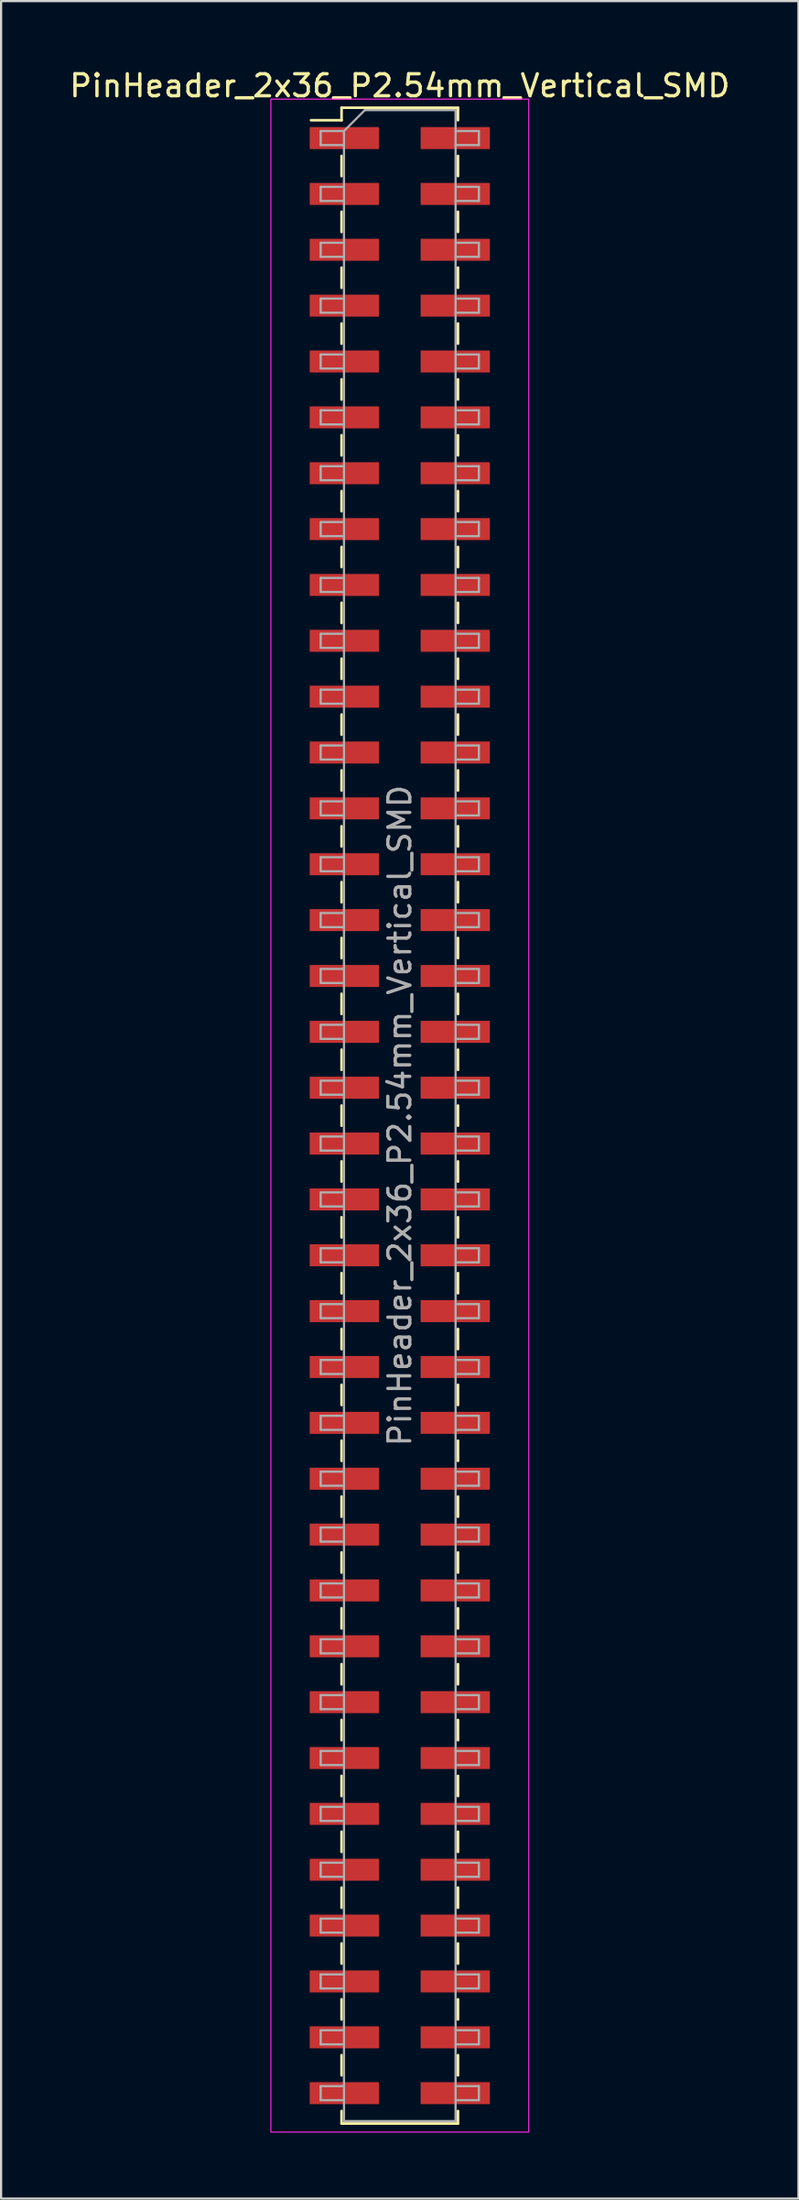
<source format=kicad_pcb>
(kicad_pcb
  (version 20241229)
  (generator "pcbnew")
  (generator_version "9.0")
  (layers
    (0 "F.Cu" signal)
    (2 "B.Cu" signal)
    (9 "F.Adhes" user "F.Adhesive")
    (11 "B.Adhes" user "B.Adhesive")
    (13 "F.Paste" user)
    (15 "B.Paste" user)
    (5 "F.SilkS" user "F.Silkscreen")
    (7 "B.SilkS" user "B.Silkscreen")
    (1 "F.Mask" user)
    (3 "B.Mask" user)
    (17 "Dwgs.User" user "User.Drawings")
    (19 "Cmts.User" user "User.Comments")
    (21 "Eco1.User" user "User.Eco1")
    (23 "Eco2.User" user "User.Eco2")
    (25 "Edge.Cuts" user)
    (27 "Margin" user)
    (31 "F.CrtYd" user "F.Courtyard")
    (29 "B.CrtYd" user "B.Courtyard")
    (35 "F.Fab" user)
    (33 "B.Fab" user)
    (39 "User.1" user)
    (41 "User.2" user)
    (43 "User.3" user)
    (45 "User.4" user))
  (footprint "PinHeader_2x36_P2.54mm_Vertical_SMD"
    (layer "F.Cu")
    (at 15.149 47.678)
    (property "Reference" "PinHeader_2x36_P2.54mm_Vertical_SMD" (at 0 -46.83 0) (layer "F.SilkS") (effects (font (size 1 1) (thickness 0.15))))
    (attr smd)
    (fp_line (start -4.04 -45.26) (end -2.65 -45.26) (stroke (width 0.12) (type solid)) (layer "F.SilkS"))
    (fp_line (start -2.65 -45.83) (end -2.65 -45.26) (stroke (width 0.12) (type solid)) (layer "F.SilkS"))
    (fp_line (start -2.65 -45.83) (end 2.65 -45.83) (stroke (width 0.12) (type solid)) (layer "F.SilkS"))
    (fp_line (start -2.65 -43.64) (end -2.65 -42.72) (stroke (width 0.12) (type solid)) (layer "F.SilkS"))
    (fp_line (start -2.65 -41.1) (end -2.65 -40.18) (stroke (width 0.12) (type solid)) (layer "F.SilkS"))
    (fp_line (start -2.65 -38.56) (end -2.65 -37.64) (stroke (width 0.12) (type solid)) (layer "F.SilkS"))
    (fp_line (start -2.65 -36.02) (end -2.65 -35.1) (stroke (width 0.12) (type solid)) (layer "F.SilkS"))
    (fp_line (start -2.65 -33.48) (end -2.65 -32.56) (stroke (width 0.12) (type solid)) (layer "F.SilkS"))
    (fp_line (start -2.65 -30.94) (end -2.65 -30.02) (stroke (width 0.12) (type solid)) (layer "F.SilkS"))
    (fp_line (start -2.65 -28.4) (end -2.65 -27.48) (stroke (width 0.12) (type solid)) (layer "F.SilkS"))
    (fp_line (start -2.65 -25.86) (end -2.65 -24.94) (stroke (width 0.12) (type solid)) (layer "F.SilkS"))
    (fp_line (start -2.65 -23.32) (end -2.65 -22.4) (stroke (width 0.12) (type solid)) (layer "F.SilkS"))
    (fp_line (start -2.65 -20.78) (end -2.65 -19.86) (stroke (width 0.12) (type solid)) (layer "F.SilkS"))
    (fp_line (start -2.65 -18.24) (end -2.65 -17.32) (stroke (width 0.12) (type solid)) (layer "F.SilkS"))
    (fp_line (start -2.65 -15.7) (end -2.65 -14.78) (stroke (width 0.12) (type solid)) (layer "F.SilkS"))
    (fp_line (start -2.65 -13.16) (end -2.65 -12.24) (stroke (width 0.12) (type solid)) (layer "F.SilkS"))
    (fp_line (start -2.65 -10.62) (end -2.65 -9.7) (stroke (width 0.12) (type solid)) (layer "F.SilkS"))
    (fp_line (start -2.65 -8.08) (end -2.65 -7.16) (stroke (width 0.12) (type solid)) (layer "F.SilkS"))
    (fp_line (start -2.65 -5.54) (end -2.65 -4.62) (stroke (width 0.12) (type solid)) (layer "F.SilkS"))
    (fp_line (start -2.65 -3) (end -2.65 -2.08) (stroke (width 0.12) (type solid)) (layer "F.SilkS"))
    (fp_line (start -2.65 -0.46) (end -2.65 0.46) (stroke (width 0.12) (type solid)) (layer "F.SilkS"))
    (fp_line (start -2.65 2.08) (end -2.65 3) (stroke (width 0.12) (type solid)) (layer "F.SilkS"))
    (fp_line (start -2.65 4.62) (end -2.65 5.54) (stroke (width 0.12) (type solid)) (layer "F.SilkS"))
    (fp_line (start -2.65 7.16) (end -2.65 8.08) (stroke (width 0.12) (type solid)) (layer "F.SilkS"))
    (fp_line (start -2.65 9.7) (end -2.65 10.62) (stroke (width 0.12) (type solid)) (layer "F.SilkS"))
    (fp_line (start -2.65 12.24) (end -2.65 13.16) (stroke (width 0.12) (type solid)) (layer "F.SilkS"))
    (fp_line (start -2.65 14.78) (end -2.65 15.7) (stroke (width 0.12) (type solid)) (layer "F.SilkS"))
    (fp_line (start -2.65 17.32) (end -2.65 18.24) (stroke (width 0.12) (type solid)) (layer "F.SilkS"))
    (fp_line (start -2.65 19.86) (end -2.65 20.78) (stroke (width 0.12) (type solid)) (layer "F.SilkS"))
    (fp_line (start -2.65 22.4) (end -2.65 23.32) (stroke (width 0.12) (type solid)) (layer "F.SilkS"))
    (fp_line (start -2.65 24.94) (end -2.65 25.86) (stroke (width 0.12) (type solid)) (layer "F.SilkS"))
    (fp_line (start -2.65 27.48) (end -2.65 28.4) (stroke (width 0.12) (type solid)) (layer "F.SilkS"))
    (fp_line (start -2.65 30.02) (end -2.65 30.94) (stroke (width 0.12) (type solid)) (layer "F.SilkS"))
    (fp_line (start -2.65 32.56) (end -2.65 33.48) (stroke (width 0.12) (type solid)) (layer "F.SilkS"))
    (fp_line (start -2.65 35.1) (end -2.65 36.02) (stroke (width 0.12) (type solid)) (layer "F.SilkS"))
    (fp_line (start -2.65 37.64) (end -2.65 38.56) (stroke (width 0.12) (type solid)) (layer "F.SilkS"))
    (fp_line (start -2.65 40.18) (end -2.65 41.1) (stroke (width 0.12) (type solid)) (layer "F.SilkS"))
    (fp_line (start -2.65 42.72) (end -2.65 43.64) (stroke (width 0.12) (type solid)) (layer "F.SilkS"))
    (fp_line (start -2.65 45.26) (end -2.65 45.83) (stroke (width 0.12) (type solid)) (layer "F.SilkS"))
    (fp_line (start -2.65 45.83) (end 2.65 45.83) (stroke (width 0.12) (type solid)) (layer "F.SilkS"))
    (fp_line (start 2.65 -45.83) (end 2.65 -45.26) (stroke (width 0.12) (type solid)) (layer "F.SilkS"))
    (fp_line (start 2.65 -43.64) (end 2.65 -42.72) (stroke (width 0.12) (type solid)) (layer "F.SilkS"))
    (fp_line (start 2.65 -41.1) (end 2.65 -40.18) (stroke (width 0.12) (type solid)) (layer "F.SilkS"))
    (fp_line (start 2.65 -38.56) (end 2.65 -37.64) (stroke (width 0.12) (type solid)) (layer "F.SilkS"))
    (fp_line (start 2.65 -36.02) (end 2.65 -35.1) (stroke (width 0.12) (type solid)) (layer "F.SilkS"))
    (fp_line (start 2.65 -33.48) (end 2.65 -32.56) (stroke (width 0.12) (type solid)) (layer "F.SilkS"))
    (fp_line (start 2.65 -30.94) (end 2.65 -30.02) (stroke (width 0.12) (type solid)) (layer "F.SilkS"))
    (fp_line (start 2.65 -28.4) (end 2.65 -27.48) (stroke (width 0.12) (type solid)) (layer "F.SilkS"))
    (fp_line (start 2.65 -25.86) (end 2.65 -24.94) (stroke (width 0.12) (type solid)) (layer "F.SilkS"))
    (fp_line (start 2.65 -23.32) (end 2.65 -22.4) (stroke (width 0.12) (type solid)) (layer "F.SilkS"))
    (fp_line (start 2.65 -20.78) (end 2.65 -19.86) (stroke (width 0.12) (type solid)) (layer "F.SilkS"))
    (fp_line (start 2.65 -18.24) (end 2.65 -17.32) (stroke (width 0.12) (type solid)) (layer "F.SilkS"))
    (fp_line (start 2.65 -15.7) (end 2.65 -14.78) (stroke (width 0.12) (type solid)) (layer "F.SilkS"))
    (fp_line (start 2.65 -13.16) (end 2.65 -12.24) (stroke (width 0.12) (type solid)) (layer "F.SilkS"))
    (fp_line (start 2.65 -10.62) (end 2.65 -9.7) (stroke (width 0.12) (type solid)) (layer "F.SilkS"))
    (fp_line (start 2.65 -8.08) (end 2.65 -7.16) (stroke (width 0.12) (type solid)) (layer "F.SilkS"))
    (fp_line (start 2.65 -5.54) (end 2.65 -4.62) (stroke (width 0.12) (type solid)) (layer "F.SilkS"))
    (fp_line (start 2.65 -3) (end 2.65 -2.08) (stroke (width 0.12) (type solid)) (layer "F.SilkS"))
    (fp_line (start 2.65 -0.46) (end 2.65 0.46) (stroke (width 0.12) (type solid)) (layer "F.SilkS"))
    (fp_line (start 2.65 2.08) (end 2.65 3) (stroke (width 0.12) (type solid)) (layer "F.SilkS"))
    (fp_line (start 2.65 4.62) (end 2.65 5.54) (stroke (width 0.12) (type solid)) (layer "F.SilkS"))
    (fp_line (start 2.65 7.16) (end 2.65 8.08) (stroke (width 0.12) (type solid)) (layer "F.SilkS"))
    (fp_line (start 2.65 9.7) (end 2.65 10.62) (stroke (width 0.12) (type solid)) (layer "F.SilkS"))
    (fp_line (start 2.65 12.24) (end 2.65 13.16) (stroke (width 0.12) (type solid)) (layer "F.SilkS"))
    (fp_line (start 2.65 14.78) (end 2.65 15.7) (stroke (width 0.12) (type solid)) (layer "F.SilkS"))
    (fp_line (start 2.65 17.32) (end 2.65 18.24) (stroke (width 0.12) (type solid)) (layer "F.SilkS"))
    (fp_line (start 2.65 19.86) (end 2.65 20.78) (stroke (width 0.12) (type solid)) (layer "F.SilkS"))
    (fp_line (start 2.65 22.4) (end 2.65 23.32) (stroke (width 0.12) (type solid)) (layer "F.SilkS"))
    (fp_line (start 2.65 24.94) (end 2.65 25.86) (stroke (width 0.12) (type solid)) (layer "F.SilkS"))
    (fp_line (start 2.65 27.48) (end 2.65 28.4) (stroke (width 0.12) (type solid)) (layer "F.SilkS"))
    (fp_line (start 2.65 30.02) (end 2.65 30.94) (stroke (width 0.12) (type solid)) (layer "F.SilkS"))
    (fp_line (start 2.65 32.56) (end 2.65 33.48) (stroke (width 0.12) (type solid)) (layer "F.SilkS"))
    (fp_line (start 2.65 35.1) (end 2.65 36.02) (stroke (width 0.12) (type solid)) (layer "F.SilkS"))
    (fp_line (start 2.65 37.64) (end 2.65 38.56) (stroke (width 0.12) (type solid)) (layer "F.SilkS"))
    (fp_line (start 2.65 40.18) (end 2.65 41.1) (stroke (width 0.12) (type solid)) (layer "F.SilkS"))
    (fp_line (start 2.65 42.72) (end 2.65 43.64) (stroke (width 0.12) (type solid)) (layer "F.SilkS"))
    (fp_line (start 2.65 45.26) (end 2.65 45.83) (stroke (width 0.12) (type solid)) (layer "F.SilkS"))
    (fp_rect (start -5.87 -46.22) (end 5.87 46.22) (stroke (width 0.05) (type solid)) (fill no) (layer "F.CrtYd"))
    (fp_line (start -3.6 -44.77) (end -3.6 -44.13) (stroke (width 0.1) (type solid)) (layer "F.Fab"))
    (fp_line (start -3.6 -44.13) (end -2.54 -44.13) (stroke (width 0.1) (type solid)) (layer "F.Fab"))
    (fp_line (start -3.6 -42.23) (end -3.6 -41.59) (stroke (width 0.1) (type solid)) (layer "F.Fab"))
    (fp_line (start -3.6 -41.59) (end -2.54 -41.59) (stroke (width 0.1) (type solid)) (layer "F.Fab"))
    (fp_line (start -3.6 -39.69) (end -3.6 -39.05) (stroke (width 0.1) (type solid)) (layer "F.Fab"))
    (fp_line (start -3.6 -39.05) (end -2.54 -39.05) (stroke (width 0.1) (type solid)) (layer "F.Fab"))
    (fp_line (start -3.6 -37.15) (end -3.6 -36.51) (stroke (width 0.1) (type solid)) (layer "F.Fab"))
    (fp_line (start -3.6 -36.51) (end -2.54 -36.51) (stroke (width 0.1) (type solid)) (layer "F.Fab"))
    (fp_line (start -3.6 -34.61) (end -3.6 -33.97) (stroke (width 0.1) (type solid)) (layer "F.Fab"))
    (fp_line (start -3.6 -33.97) (end -2.54 -33.97) (stroke (width 0.1) (type solid)) (layer "F.Fab"))
    (fp_line (start -3.6 -32.07) (end -3.6 -31.43) (stroke (width 0.1) (type solid)) (layer "F.Fab"))
    (fp_line (start -3.6 -31.43) (end -2.54 -31.43) (stroke (width 0.1) (type solid)) (layer "F.Fab"))
    (fp_line (start -3.6 -29.53) (end -3.6 -28.89) (stroke (width 0.1) (type solid)) (layer "F.Fab"))
    (fp_line (start -3.6 -28.89) (end -2.54 -28.89) (stroke (width 0.1) (type solid)) (layer "F.Fab"))
    (fp_line (start -3.6 -26.99) (end -3.6 -26.35) (stroke (width 0.1) (type solid)) (layer "F.Fab"))
    (fp_line (start -3.6 -26.35) (end -2.54 -26.35) (stroke (width 0.1) (type solid)) (layer "F.Fab"))
    (fp_line (start -3.6 -24.45) (end -3.6 -23.81) (stroke (width 0.1) (type solid)) (layer "F.Fab"))
    (fp_line (start -3.6 -23.81) (end -2.54 -23.81) (stroke (width 0.1) (type solid)) (layer "F.Fab"))
    (fp_line (start -3.6 -21.91) (end -3.6 -21.27) (stroke (width 0.1) (type solid)) (layer "F.Fab"))
    (fp_line (start -3.6 -21.27) (end -2.54 -21.27) (stroke (width 0.1) (type solid)) (layer "F.Fab"))
    (fp_line (start -3.6 -19.37) (end -3.6 -18.73) (stroke (width 0.1) (type solid)) (layer "F.Fab"))
    (fp_line (start -3.6 -18.73) (end -2.54 -18.73) (stroke (width 0.1) (type solid)) (layer "F.Fab"))
    (fp_line (start -3.6 -16.83) (end -3.6 -16.19) (stroke (width 0.1) (type solid)) (layer "F.Fab"))
    (fp_line (start -3.6 -16.19) (end -2.54 -16.19) (stroke (width 0.1) (type solid)) (layer "F.Fab"))
    (fp_line (start -3.6 -14.29) (end -3.6 -13.65) (stroke (width 0.1) (type solid)) (layer "F.Fab"))
    (fp_line (start -3.6 -13.65) (end -2.54 -13.65) (stroke (width 0.1) (type solid)) (layer "F.Fab"))
    (fp_line (start -3.6 -11.75) (end -3.6 -11.11) (stroke (width 0.1) (type solid)) (layer "F.Fab"))
    (fp_line (start -3.6 -11.11) (end -2.54 -11.11) (stroke (width 0.1) (type solid)) (layer "F.Fab"))
    (fp_line (start -3.6 -9.21) (end -3.6 -8.57) (stroke (width 0.1) (type solid)) (layer "F.Fab"))
    (fp_line (start -3.6 -8.57) (end -2.54 -8.57) (stroke (width 0.1) (type solid)) (layer "F.Fab"))
    (fp_line (start -3.6 -6.67) (end -3.6 -6.03) (stroke (width 0.1) (type solid)) (layer "F.Fab"))
    (fp_line (start -3.6 -6.03) (end -2.54 -6.03) (stroke (width 0.1) (type solid)) (layer "F.Fab"))
    (fp_line (start -3.6 -4.13) (end -3.6 -3.49) (stroke (width 0.1) (type solid)) (layer "F.Fab"))
    (fp_line (start -3.6 -3.49) (end -2.54 -3.49) (stroke (width 0.1) (type solid)) (layer "F.Fab"))
    (fp_line (start -3.6 -1.59) (end -3.6 -0.95) (stroke (width 0.1) (type solid)) (layer "F.Fab"))
    (fp_line (start -3.6 -0.95) (end -2.54 -0.95) (stroke (width 0.1) (type solid)) (layer "F.Fab"))
    (fp_line (start -3.6 0.95) (end -3.6 1.59) (stroke (width 0.1) (type solid)) (layer "F.Fab"))
    (fp_line (start -3.6 1.59) (end -2.54 1.59) (stroke (width 0.1) (type solid)) (layer "F.Fab"))
    (fp_line (start -3.6 3.49) (end -3.6 4.13) (stroke (width 0.1) (type solid)) (layer "F.Fab"))
    (fp_line (start -3.6 4.13) (end -2.54 4.13) (stroke (width 0.1) (type solid)) (layer "F.Fab"))
    (fp_line (start -3.6 6.03) (end -3.6 6.67) (stroke (width 0.1) (type solid)) (layer "F.Fab"))
    (fp_line (start -3.6 6.67) (end -2.54 6.67) (stroke (width 0.1) (type solid)) (layer "F.Fab"))
    (fp_line (start -3.6 8.57) (end -3.6 9.21) (stroke (width 0.1) (type solid)) (layer "F.Fab"))
    (fp_line (start -3.6 9.21) (end -2.54 9.21) (stroke (width 0.1) (type solid)) (layer "F.Fab"))
    (fp_line (start -3.6 11.11) (end -3.6 11.75) (stroke (width 0.1) (type solid)) (layer "F.Fab"))
    (fp_line (start -3.6 11.75) (end -2.54 11.75) (stroke (width 0.1) (type solid)) (layer "F.Fab"))
    (fp_line (start -3.6 13.65) (end -3.6 14.29) (stroke (width 0.1) (type solid)) (layer "F.Fab"))
    (fp_line (start -3.6 14.29) (end -2.54 14.29) (stroke (width 0.1) (type solid)) (layer "F.Fab"))
    (fp_line (start -3.6 16.19) (end -3.6 16.83) (stroke (width 0.1) (type solid)) (layer "F.Fab"))
    (fp_line (start -3.6 16.83) (end -2.54 16.83) (stroke (width 0.1) (type solid)) (layer "F.Fab"))
    (fp_line (start -3.6 18.73) (end -3.6 19.37) (stroke (width 0.1) (type solid)) (layer "F.Fab"))
    (fp_line (start -3.6 19.37) (end -2.54 19.37) (stroke (width 0.1) (type solid)) (layer "F.Fab"))
    (fp_line (start -3.6 21.27) (end -3.6 21.91) (stroke (width 0.1) (type solid)) (layer "F.Fab"))
    (fp_line (start -3.6 21.91) (end -2.54 21.91) (stroke (width 0.1) (type solid)) (layer "F.Fab"))
    (fp_line (start -3.6 23.81) (end -3.6 24.45) (stroke (width 0.1) (type solid)) (layer "F.Fab"))
    (fp_line (start -3.6 24.45) (end -2.54 24.45) (stroke (width 0.1) (type solid)) (layer "F.Fab"))
    (fp_line (start -3.6 26.35) (end -3.6 26.99) (stroke (width 0.1) (type solid)) (layer "F.Fab"))
    (fp_line (start -3.6 26.99) (end -2.54 26.99) (stroke (width 0.1) (type solid)) (layer "F.Fab"))
    (fp_line (start -3.6 28.89) (end -3.6 29.53) (stroke (width 0.1) (type solid)) (layer "F.Fab"))
    (fp_line (start -3.6 29.53) (end -2.54 29.53) (stroke (width 0.1) (type solid)) (layer "F.Fab"))
    (fp_line (start -3.6 31.43) (end -3.6 32.07) (stroke (width 0.1) (type solid)) (layer "F.Fab"))
    (fp_line (start -3.6 32.07) (end -2.54 32.07) (stroke (width 0.1) (type solid)) (layer "F.Fab"))
    (fp_line (start -3.6 33.97) (end -3.6 34.61) (stroke (width 0.1) (type solid)) (layer "F.Fab"))
    (fp_line (start -3.6 34.61) (end -2.54 34.61) (stroke (width 0.1) (type solid)) (layer "F.Fab"))
    (fp_line (start -3.6 36.51) (end -3.6 37.15) (stroke (width 0.1) (type solid)) (layer "F.Fab"))
    (fp_line (start -3.6 37.15) (end -2.54 37.15) (stroke (width 0.1) (type solid)) (layer "F.Fab"))
    (fp_line (start -3.6 39.05) (end -3.6 39.69) (stroke (width 0.1) (type solid)) (layer "F.Fab"))
    (fp_line (start -3.6 39.69) (end -2.54 39.69) (stroke (width 0.1) (type solid)) (layer "F.Fab"))
    (fp_line (start -3.6 41.59) (end -3.6 42.23) (stroke (width 0.1) (type solid)) (layer "F.Fab"))
    (fp_line (start -3.6 42.23) (end -2.54 42.23) (stroke (width 0.1) (type solid)) (layer "F.Fab"))
    (fp_line (start -3.6 44.13) (end -3.6 44.77) (stroke (width 0.1) (type solid)) (layer "F.Fab"))
    (fp_line (start -3.6 44.77) (end -2.54 44.77) (stroke (width 0.1) (type solid)) (layer "F.Fab"))
    (fp_line (start -2.54 -44.77) (end -3.6 -44.77) (stroke (width 0.1) (type solid)) (layer "F.Fab"))
    (fp_line (start -2.54 -44.77) (end -1.59 -45.72) (stroke (width 0.1) (type solid)) (layer "F.Fab"))
    (fp_line (start -2.54 -42.23) (end -3.6 -42.23) (stroke (width 0.1) (type solid)) (layer "F.Fab"))
    (fp_line (start -2.54 -39.69) (end -3.6 -39.69) (stroke (width 0.1) (type solid)) (layer "F.Fab"))
    (fp_line (start -2.54 -37.15) (end -3.6 -37.15) (stroke (width 0.1) (type solid)) (layer "F.Fab"))
    (fp_line (start -2.54 -34.61) (end -3.6 -34.61) (stroke (width 0.1) (type solid)) (layer "F.Fab"))
    (fp_line (start -2.54 -32.07) (end -3.6 -32.07) (stroke (width 0.1) (type solid)) (layer "F.Fab"))
    (fp_line (start -2.54 -29.53) (end -3.6 -29.53) (stroke (width 0.1) (type solid)) (layer "F.Fab"))
    (fp_line (start -2.54 -26.99) (end -3.6 -26.99) (stroke (width 0.1) (type solid)) (layer "F.Fab"))
    (fp_line (start -2.54 -24.45) (end -3.6 -24.45) (stroke (width 0.1) (type solid)) (layer "F.Fab"))
    (fp_line (start -2.54 -21.91) (end -3.6 -21.91) (stroke (width 0.1) (type solid)) (layer "F.Fab"))
    (fp_line (start -2.54 -19.37) (end -3.6 -19.37) (stroke (width 0.1) (type solid)) (layer "F.Fab"))
    (fp_line (start -2.54 -16.83) (end -3.6 -16.83) (stroke (width 0.1) (type solid)) (layer "F.Fab"))
    (fp_line (start -2.54 -14.29) (end -3.6 -14.29) (stroke (width 0.1) (type solid)) (layer "F.Fab"))
    (fp_line (start -2.54 -11.75) (end -3.6 -11.75) (stroke (width 0.1) (type solid)) (layer "F.Fab"))
    (fp_line (start -2.54 -9.21) (end -3.6 -9.21) (stroke (width 0.1) (type solid)) (layer "F.Fab"))
    (fp_line (start -2.54 -6.67) (end -3.6 -6.67) (stroke (width 0.1) (type solid)) (layer "F.Fab"))
    (fp_line (start -2.54 -4.13) (end -3.6 -4.13) (stroke (width 0.1) (type solid)) (layer "F.Fab"))
    (fp_line (start -2.54 -1.59) (end -3.6 -1.59) (stroke (width 0.1) (type solid)) (layer "F.Fab"))
    (fp_line (start -2.54 0.95) (end -3.6 0.95) (stroke (width 0.1) (type solid)) (layer "F.Fab"))
    (fp_line (start -2.54 3.49) (end -3.6 3.49) (stroke (width 0.1) (type solid)) (layer "F.Fab"))
    (fp_line (start -2.54 6.03) (end -3.6 6.03) (stroke (width 0.1) (type solid)) (layer "F.Fab"))
    (fp_line (start -2.54 8.57) (end -3.6 8.57) (stroke (width 0.1) (type solid)) (layer "F.Fab"))
    (fp_line (start -2.54 11.11) (end -3.6 11.11) (stroke (width 0.1) (type solid)) (layer "F.Fab"))
    (fp_line (start -2.54 13.65) (end -3.6 13.65) (stroke (width 0.1) (type solid)) (layer "F.Fab"))
    (fp_line (start -2.54 16.19) (end -3.6 16.19) (stroke (width 0.1) (type solid)) (layer "F.Fab"))
    (fp_line (start -2.54 18.73) (end -3.6 18.73) (stroke (width 0.1) (type solid)) (layer "F.Fab"))
    (fp_line (start -2.54 21.27) (end -3.6 21.27) (stroke (width 0.1) (type solid)) (layer "F.Fab"))
    (fp_line (start -2.54 23.81) (end -3.6 23.81) (stroke (width 0.1) (type solid)) (layer "F.Fab"))
    (fp_line (start -2.54 26.35) (end -3.6 26.35) (stroke (width 0.1) (type solid)) (layer "F.Fab"))
    (fp_line (start -2.54 28.89) (end -3.6 28.89) (stroke (width 0.1) (type solid)) (layer "F.Fab"))
    (fp_line (start -2.54 31.43) (end -3.6 31.43) (stroke (width 0.1) (type solid)) (layer "F.Fab"))
    (fp_line (start -2.54 33.97) (end -3.6 33.97) (stroke (width 0.1) (type solid)) (layer "F.Fab"))
    (fp_line (start -2.54 36.51) (end -3.6 36.51) (stroke (width 0.1) (type solid)) (layer "F.Fab"))
    (fp_line (start -2.54 39.05) (end -3.6 39.05) (stroke (width 0.1) (type solid)) (layer "F.Fab"))
    (fp_line (start -2.54 41.59) (end -3.6 41.59) (stroke (width 0.1) (type solid)) (layer "F.Fab"))
    (fp_line (start -2.54 44.13) (end -3.6 44.13) (stroke (width 0.1) (type solid)) (layer "F.Fab"))
    (fp_line (start -2.54 45.72) (end -2.54 -44.77) (stroke (width 0.1) (type solid)) (layer "F.Fab"))
    (fp_line (start -1.59 -45.72) (end 2.54 -45.72) (stroke (width 0.1) (type solid)) (layer "F.Fab"))
    (fp_line (start 2.54 -45.72) (end 2.54 45.72) (stroke (width 0.1) (type solid)) (layer "F.Fab"))
    (fp_line (start 2.54 -44.77) (end 3.6 -44.77) (stroke (width 0.1) (type solid)) (layer "F.Fab"))
    (fp_line (start 2.54 -42.23) (end 3.6 -42.23) (stroke (width 0.1) (type solid)) (layer "F.Fab"))
    (fp_line (start 2.54 -39.69) (end 3.6 -39.69) (stroke (width 0.1) (type solid)) (layer "F.Fab"))
    (fp_line (start 2.54 -37.15) (end 3.6 -37.15) (stroke (width 0.1) (type solid)) (layer "F.Fab"))
    (fp_line (start 2.54 -34.61) (end 3.6 -34.61) (stroke (width 0.1) (type solid)) (layer "F.Fab"))
    (fp_line (start 2.54 -32.07) (end 3.6 -32.07) (stroke (width 0.1) (type solid)) (layer "F.Fab"))
    (fp_line (start 2.54 -29.53) (end 3.6 -29.53) (stroke (width 0.1) (type solid)) (layer "F.Fab"))
    (fp_line (start 2.54 -26.99) (end 3.6 -26.99) (stroke (width 0.1) (type solid)) (layer "F.Fab"))
    (fp_line (start 2.54 -24.45) (end 3.6 -24.45) (stroke (width 0.1) (type solid)) (layer "F.Fab"))
    (fp_line (start 2.54 -21.91) (end 3.6 -21.91) (stroke (width 0.1) (type solid)) (layer "F.Fab"))
    (fp_line (start 2.54 -19.37) (end 3.6 -19.37) (stroke (width 0.1) (type solid)) (layer "F.Fab"))
    (fp_line (start 2.54 -16.83) (end 3.6 -16.83) (stroke (width 0.1) (type solid)) (layer "F.Fab"))
    (fp_line (start 2.54 -14.29) (end 3.6 -14.29) (stroke (width 0.1) (type solid)) (layer "F.Fab"))
    (fp_line (start 2.54 -11.75) (end 3.6 -11.75) (stroke (width 0.1) (type solid)) (layer "F.Fab"))
    (fp_line (start 2.54 -9.21) (end 3.6 -9.21) (stroke (width 0.1) (type solid)) (layer "F.Fab"))
    (fp_line (start 2.54 -6.67) (end 3.6 -6.67) (stroke (width 0.1) (type solid)) (layer "F.Fab"))
    (fp_line (start 2.54 -4.13) (end 3.6 -4.13) (stroke (width 0.1) (type solid)) (layer "F.Fab"))
    (fp_line (start 2.54 -1.59) (end 3.6 -1.59) (stroke (width 0.1) (type solid)) (layer "F.Fab"))
    (fp_line (start 2.54 0.95) (end 3.6 0.95) (stroke (width 0.1) (type solid)) (layer "F.Fab"))
    (fp_line (start 2.54 3.49) (end 3.6 3.49) (stroke (width 0.1) (type solid)) (layer "F.Fab"))
    (fp_line (start 2.54 6.03) (end 3.6 6.03) (stroke (width 0.1) (type solid)) (layer "F.Fab"))
    (fp_line (start 2.54 8.57) (end 3.6 8.57) (stroke (width 0.1) (type solid)) (layer "F.Fab"))
    (fp_line (start 2.54 11.11) (end 3.6 11.11) (stroke (width 0.1) (type solid)) (layer "F.Fab"))
    (fp_line (start 2.54 13.65) (end 3.6 13.65) (stroke (width 0.1) (type solid)) (layer "F.Fab"))
    (fp_line (start 2.54 16.19) (end 3.6 16.19) (stroke (width 0.1) (type solid)) (layer "F.Fab"))
    (fp_line (start 2.54 18.73) (end 3.6 18.73) (stroke (width 0.1) (type solid)) (layer "F.Fab"))
    (fp_line (start 2.54 21.27) (end 3.6 21.27) (stroke (width 0.1) (type solid)) (layer "F.Fab"))
    (fp_line (start 2.54 23.81) (end 3.6 23.81) (stroke (width 0.1) (type solid)) (layer "F.Fab"))
    (fp_line (start 2.54 26.35) (end 3.6 26.35) (stroke (width 0.1) (type solid)) (layer "F.Fab"))
    (fp_line (start 2.54 28.89) (end 3.6 28.89) (stroke (width 0.1) (type solid)) (layer "F.Fab"))
    (fp_line (start 2.54 31.43) (end 3.6 31.43) (stroke (width 0.1) (type solid)) (layer "F.Fab"))
    (fp_line (start 2.54 33.97) (end 3.6 33.97) (stroke (width 0.1) (type solid)) (layer "F.Fab"))
    (fp_line (start 2.54 36.51) (end 3.6 36.51) (stroke (width 0.1) (type solid)) (layer "F.Fab"))
    (fp_line (start 2.54 39.05) (end 3.6 39.05) (stroke (width 0.1) (type solid)) (layer "F.Fab"))
    (fp_line (start 2.54 41.59) (end 3.6 41.59) (stroke (width 0.1) (type solid)) (layer "F.Fab"))
    (fp_line (start 2.54 44.13) (end 3.6 44.13) (stroke (width 0.1) (type solid)) (layer "F.Fab"))
    (fp_line (start 2.54 45.72) (end -2.54 45.72) (stroke (width 0.1) (type solid)) (layer "F.Fab"))
    (fp_line (start 3.6 -44.77) (end 3.6 -44.13) (stroke (width 0.1) (type solid)) (layer "F.Fab"))
    (fp_line (start 3.6 -44.13) (end 2.54 -44.13) (stroke (width 0.1) (type solid)) (layer "F.Fab"))
    (fp_line (start 3.6 -42.23) (end 3.6 -41.59) (stroke (width 0.1) (type solid)) (layer "F.Fab"))
    (fp_line (start 3.6 -41.59) (end 2.54 -41.59) (stroke (width 0.1) (type solid)) (layer "F.Fab"))
    (fp_line (start 3.6 -39.69) (end 3.6 -39.05) (stroke (width 0.1) (type solid)) (layer "F.Fab"))
    (fp_line (start 3.6 -39.05) (end 2.54 -39.05) (stroke (width 0.1) (type solid)) (layer "F.Fab"))
    (fp_line (start 3.6 -37.15) (end 3.6 -36.51) (stroke (width 0.1) (type solid)) (layer "F.Fab"))
    (fp_line (start 3.6 -36.51) (end 2.54 -36.51) (stroke (width 0.1) (type solid)) (layer "F.Fab"))
    (fp_line (start 3.6 -34.61) (end 3.6 -33.97) (stroke (width 0.1) (type solid)) (layer "F.Fab"))
    (fp_line (start 3.6 -33.97) (end 2.54 -33.97) (stroke (width 0.1) (type solid)) (layer "F.Fab"))
    (fp_line (start 3.6 -32.07) (end 3.6 -31.43) (stroke (width 0.1) (type solid)) (layer "F.Fab"))
    (fp_line (start 3.6 -31.43) (end 2.54 -31.43) (stroke (width 0.1) (type solid)) (layer "F.Fab"))
    (fp_line (start 3.6 -29.53) (end 3.6 -28.89) (stroke (width 0.1) (type solid)) (layer "F.Fab"))
    (fp_line (start 3.6 -28.89) (end 2.54 -28.89) (stroke (width 0.1) (type solid)) (layer "F.Fab"))
    (fp_line (start 3.6 -26.99) (end 3.6 -26.35) (stroke (width 0.1) (type solid)) (layer "F.Fab"))
    (fp_line (start 3.6 -26.35) (end 2.54 -26.35) (stroke (width 0.1) (type solid)) (layer "F.Fab"))
    (fp_line (start 3.6 -24.45) (end 3.6 -23.81) (stroke (width 0.1) (type solid)) (layer "F.Fab"))
    (fp_line (start 3.6 -23.81) (end 2.54 -23.81) (stroke (width 0.1) (type solid)) (layer "F.Fab"))
    (fp_line (start 3.6 -21.91) (end 3.6 -21.27) (stroke (width 0.1) (type solid)) (layer "F.Fab"))
    (fp_line (start 3.6 -21.27) (end 2.54 -21.27) (stroke (width 0.1) (type solid)) (layer "F.Fab"))
    (fp_line (start 3.6 -19.37) (end 3.6 -18.73) (stroke (width 0.1) (type solid)) (layer "F.Fab"))
    (fp_line (start 3.6 -18.73) (end 2.54 -18.73) (stroke (width 0.1) (type solid)) (layer "F.Fab"))
    (fp_line (start 3.6 -16.83) (end 3.6 -16.19) (stroke (width 0.1) (type solid)) (layer "F.Fab"))
    (fp_line (start 3.6 -16.19) (end 2.54 -16.19) (stroke (width 0.1) (type solid)) (layer "F.Fab"))
    (fp_line (start 3.6 -14.29) (end 3.6 -13.65) (stroke (width 0.1) (type solid)) (layer "F.Fab"))
    (fp_line (start 3.6 -13.65) (end 2.54 -13.65) (stroke (width 0.1) (type solid)) (layer "F.Fab"))
    (fp_line (start 3.6 -11.75) (end 3.6 -11.11) (stroke (width 0.1) (type solid)) (layer "F.Fab"))
    (fp_line (start 3.6 -11.11) (end 2.54 -11.11) (stroke (width 0.1) (type solid)) (layer "F.Fab"))
    (fp_line (start 3.6 -9.21) (end 3.6 -8.57) (stroke (width 0.1) (type solid)) (layer "F.Fab"))
    (fp_line (start 3.6 -8.57) (end 2.54 -8.57) (stroke (width 0.1) (type solid)) (layer "F.Fab"))
    (fp_line (start 3.6 -6.67) (end 3.6 -6.03) (stroke (width 0.1) (type solid)) (layer "F.Fab"))
    (fp_line (start 3.6 -6.03) (end 2.54 -6.03) (stroke (width 0.1) (type solid)) (layer "F.Fab"))
    (fp_line (start 3.6 -4.13) (end 3.6 -3.49) (stroke (width 0.1) (type solid)) (layer "F.Fab"))
    (fp_line (start 3.6 -3.49) (end 2.54 -3.49) (stroke (width 0.1) (type solid)) (layer "F.Fab"))
    (fp_line (start 3.6 -1.59) (end 3.6 -0.95) (stroke (width 0.1) (type solid)) (layer "F.Fab"))
    (fp_line (start 3.6 -0.95) (end 2.54 -0.95) (stroke (width 0.1) (type solid)) (layer "F.Fab"))
    (fp_line (start 3.6 0.95) (end 3.6 1.59) (stroke (width 0.1) (type solid)) (layer "F.Fab"))
    (fp_line (start 3.6 1.59) (end 2.54 1.59) (stroke (width 0.1) (type solid)) (layer "F.Fab"))
    (fp_line (start 3.6 3.49) (end 3.6 4.13) (stroke (width 0.1) (type solid)) (layer "F.Fab"))
    (fp_line (start 3.6 4.13) (end 2.54 4.13) (stroke (width 0.1) (type solid)) (layer "F.Fab"))
    (fp_line (start 3.6 6.03) (end 3.6 6.67) (stroke (width 0.1) (type solid)) (layer "F.Fab"))
    (fp_line (start 3.6 6.67) (end 2.54 6.67) (stroke (width 0.1) (type solid)) (layer "F.Fab"))
    (fp_line (start 3.6 8.57) (end 3.6 9.21) (stroke (width 0.1) (type solid)) (layer "F.Fab"))
    (fp_line (start 3.6 9.21) (end 2.54 9.21) (stroke (width 0.1) (type solid)) (layer "F.Fab"))
    (fp_line (start 3.6 11.11) (end 3.6 11.75) (stroke (width 0.1) (type solid)) (layer "F.Fab"))
    (fp_line (start 3.6 11.75) (end 2.54 11.75) (stroke (width 0.1) (type solid)) (layer "F.Fab"))
    (fp_line (start 3.6 13.65) (end 3.6 14.29) (stroke (width 0.1) (type solid)) (layer "F.Fab"))
    (fp_line (start 3.6 14.29) (end 2.54 14.29) (stroke (width 0.1) (type solid)) (layer "F.Fab"))
    (fp_line (start 3.6 16.19) (end 3.6 16.83) (stroke (width 0.1) (type solid)) (layer "F.Fab"))
    (fp_line (start 3.6 16.83) (end 2.54 16.83) (stroke (width 0.1) (type solid)) (layer "F.Fab"))
    (fp_line (start 3.6 18.73) (end 3.6 19.37) (stroke (width 0.1) (type solid)) (layer "F.Fab"))
    (fp_line (start 3.6 19.37) (end 2.54 19.37) (stroke (width 0.1) (type solid)) (layer "F.Fab"))
    (fp_line (start 3.6 21.27) (end 3.6 21.91) (stroke (width 0.1) (type solid)) (layer "F.Fab"))
    (fp_line (start 3.6 21.91) (end 2.54 21.91) (stroke (width 0.1) (type solid)) (layer "F.Fab"))
    (fp_line (start 3.6 23.81) (end 3.6 24.45) (stroke (width 0.1) (type solid)) (layer "F.Fab"))
    (fp_line (start 3.6 24.45) (end 2.54 24.45) (stroke (width 0.1) (type solid)) (layer "F.Fab"))
    (fp_line (start 3.6 26.35) (end 3.6 26.99) (stroke (width 0.1) (type solid)) (layer "F.Fab"))
    (fp_line (start 3.6 26.99) (end 2.54 26.99) (stroke (width 0.1) (type solid)) (layer "F.Fab"))
    (fp_line (start 3.6 28.89) (end 3.6 29.53) (stroke (width 0.1) (type solid)) (layer "F.Fab"))
    (fp_line (start 3.6 29.53) (end 2.54 29.53) (stroke (width 0.1) (type solid)) (layer "F.Fab"))
    (fp_line (start 3.6 31.43) (end 3.6 32.07) (stroke (width 0.1) (type solid)) (layer "F.Fab"))
    (fp_line (start 3.6 32.07) (end 2.54 32.07) (stroke (width 0.1) (type solid)) (layer "F.Fab"))
    (fp_line (start 3.6 33.97) (end 3.6 34.61) (stroke (width 0.1) (type solid)) (layer "F.Fab"))
    (fp_line (start 3.6 34.61) (end 2.54 34.61) (stroke (width 0.1) (type solid)) (layer "F.Fab"))
    (fp_line (start 3.6 36.51) (end 3.6 37.15) (stroke (width 0.1) (type solid)) (layer "F.Fab"))
    (fp_line (start 3.6 37.15) (end 2.54 37.15) (stroke (width 0.1) (type solid)) (layer "F.Fab"))
    (fp_line (start 3.6 39.05) (end 3.6 39.69) (stroke (width 0.1) (type solid)) (layer "F.Fab"))
    (fp_line (start 3.6 39.69) (end 2.54 39.69) (stroke (width 0.1) (type solid)) (layer "F.Fab"))
    (fp_line (start 3.6 41.59) (end 3.6 42.23) (stroke (width 0.1) (type solid)) (layer "F.Fab"))
    (fp_line (start 3.6 42.23) (end 2.54 42.23) (stroke (width 0.1) (type solid)) (layer "F.Fab"))
    (fp_line (start 3.6 44.13) (end 3.6 44.77) (stroke (width 0.1) (type solid)) (layer "F.Fab"))
    (fp_line (start 3.6 44.77) (end 2.54 44.77) (stroke (width 0.1) (type solid)) (layer "F.Fab"))
    (fp_text user "${REFERENCE}" (at 0 0 90) (layer "F.Fab") (effects (font (size 1 1) (thickness 0.15))))
    (pad "1" smd rect (at -2.525 -44.45) (size 3.15 1) (layers "F.Cu" "F.Mask" "F.Paste"))
    (pad "2" smd rect (at 2.525 -44.45) (size 3.15 1) (layers "F.Cu" "F.Mask" "F.Paste"))
    (pad "3" smd rect (at -2.525 -41.91) (size 3.15 1) (layers "F.Cu" "F.Mask" "F.Paste"))
    (pad "4" smd rect (at 2.525 -41.91) (size 3.15 1) (layers "F.Cu" "F.Mask" "F.Paste"))
    (pad "5" smd rect (at -2.525 -39.37) (size 3.15 1) (layers "F.Cu" "F.Mask" "F.Paste"))
    (pad "6" smd rect (at 2.525 -39.37) (size 3.15 1) (layers "F.Cu" "F.Mask" "F.Paste"))
    (pad "7" smd rect (at -2.525 -36.83) (size 3.15 1) (layers "F.Cu" "F.Mask" "F.Paste"))
    (pad "8" smd rect (at 2.525 -36.83) (size 3.15 1) (layers "F.Cu" "F.Mask" "F.Paste"))
    (pad "9" smd rect (at -2.525 -34.29) (size 3.15 1) (layers "F.Cu" "F.Mask" "F.Paste"))
    (pad "10" smd rect (at 2.525 -34.29) (size 3.15 1) (layers "F.Cu" "F.Mask" "F.Paste"))
    (pad "11" smd rect (at -2.525 -31.75) (size 3.15 1) (layers "F.Cu" "F.Mask" "F.Paste"))
    (pad "12" smd rect (at 2.525 -31.75) (size 3.15 1) (layers "F.Cu" "F.Mask" "F.Paste"))
    (pad "13" smd rect (at -2.525 -29.21) (size 3.15 1) (layers "F.Cu" "F.Mask" "F.Paste"))
    (pad "14" smd rect (at 2.525 -29.21) (size 3.15 1) (layers "F.Cu" "F.Mask" "F.Paste"))
    (pad "15" smd rect (at -2.525 -26.67) (size 3.15 1) (layers "F.Cu" "F.Mask" "F.Paste"))
    (pad "16" smd rect (at 2.525 -26.67) (size 3.15 1) (layers "F.Cu" "F.Mask" "F.Paste"))
    (pad "17" smd rect (at -2.525 -24.13) (size 3.15 1) (layers "F.Cu" "F.Mask" "F.Paste"))
    (pad "18" smd rect (at 2.525 -24.13) (size 3.15 1) (layers "F.Cu" "F.Mask" "F.Paste"))
    (pad "19" smd rect (at -2.525 -21.59) (size 3.15 1) (layers "F.Cu" "F.Mask" "F.Paste"))
    (pad "20" smd rect (at 2.525 -21.59) (size 3.15 1) (layers "F.Cu" "F.Mask" "F.Paste"))
    (pad "21" smd rect (at -2.525 -19.05) (size 3.15 1) (layers "F.Cu" "F.Mask" "F.Paste"))
    (pad "22" smd rect (at 2.525 -19.05) (size 3.15 1) (layers "F.Cu" "F.Mask" "F.Paste"))
    (pad "23" smd rect (at -2.525 -16.51) (size 3.15 1) (layers "F.Cu" "F.Mask" "F.Paste"))
    (pad "24" smd rect (at 2.525 -16.51) (size 3.15 1) (layers "F.Cu" "F.Mask" "F.Paste"))
    (pad "25" smd rect (at -2.525 -13.97) (size 3.15 1) (layers "F.Cu" "F.Mask" "F.Paste"))
    (pad "26" smd rect (at 2.525 -13.97) (size 3.15 1) (layers "F.Cu" "F.Mask" "F.Paste"))
    (pad "27" smd rect (at -2.525 -11.43) (size 3.15 1) (layers "F.Cu" "F.Mask" "F.Paste"))
    (pad "28" smd rect (at 2.525 -11.43) (size 3.15 1) (layers "F.Cu" "F.Mask" "F.Paste"))
    (pad "29" smd rect (at -2.525 -8.89) (size 3.15 1) (layers "F.Cu" "F.Mask" "F.Paste"))
    (pad "30" smd rect (at 2.525 -8.89) (size 3.15 1) (layers "F.Cu" "F.Mask" "F.Paste"))
    (pad "31" smd rect (at -2.525 -6.35) (size 3.15 1) (layers "F.Cu" "F.Mask" "F.Paste"))
    (pad "32" smd rect (at 2.525 -6.35) (size 3.15 1) (layers "F.Cu" "F.Mask" "F.Paste"))
    (pad "33" smd rect (at -2.525 -3.81) (size 3.15 1) (layers "F.Cu" "F.Mask" "F.Paste"))
    (pad "34" smd rect (at 2.525 -3.81) (size 3.15 1) (layers "F.Cu" "F.Mask" "F.Paste"))
    (pad "35" smd rect (at -2.525 -1.27) (size 3.15 1) (layers "F.Cu" "F.Mask" "F.Paste"))
    (pad "36" smd rect (at 2.525 -1.27) (size 3.15 1) (layers "F.Cu" "F.Mask" "F.Paste"))
    (pad "37" smd rect (at -2.525 1.27) (size 3.15 1) (layers "F.Cu" "F.Mask" "F.Paste"))
    (pad "38" smd rect (at 2.525 1.27) (size 3.15 1) (layers "F.Cu" "F.Mask" "F.Paste"))
    (pad "39" smd rect (at -2.525 3.81) (size 3.15 1) (layers "F.Cu" "F.Mask" "F.Paste"))
    (pad "40" smd rect (at 2.525 3.81) (size 3.15 1) (layers "F.Cu" "F.Mask" "F.Paste"))
    (pad "41" smd rect (at -2.525 6.35) (size 3.15 1) (layers "F.Cu" "F.Mask" "F.Paste"))
    (pad "42" smd rect (at 2.525 6.35) (size 3.15 1) (layers "F.Cu" "F.Mask" "F.Paste"))
    (pad "43" smd rect (at -2.525 8.89) (size 3.15 1) (layers "F.Cu" "F.Mask" "F.Paste"))
    (pad "44" smd rect (at 2.525 8.89) (size 3.15 1) (layers "F.Cu" "F.Mask" "F.Paste"))
    (pad "45" smd rect (at -2.525 11.43) (size 3.15 1) (layers "F.Cu" "F.Mask" "F.Paste"))
    (pad "46" smd rect (at 2.525 11.43) (size 3.15 1) (layers "F.Cu" "F.Mask" "F.Paste"))
    (pad "47" smd rect (at -2.525 13.97) (size 3.15 1) (layers "F.Cu" "F.Mask" "F.Paste"))
    (pad "48" smd rect (at 2.525 13.97) (size 3.15 1) (layers "F.Cu" "F.Mask" "F.Paste"))
    (pad "49" smd rect (at -2.525 16.51) (size 3.15 1) (layers "F.Cu" "F.Mask" "F.Paste"))
    (pad "50" smd rect (at 2.525 16.51) (size 3.15 1) (layers "F.Cu" "F.Mask" "F.Paste"))
    (pad "51" smd rect (at -2.525 19.05) (size 3.15 1) (layers "F.Cu" "F.Mask" "F.Paste"))
    (pad "52" smd rect (at 2.525 19.05) (size 3.15 1) (layers "F.Cu" "F.Mask" "F.Paste"))
    (pad "53" smd rect (at -2.525 21.59) (size 3.15 1) (layers "F.Cu" "F.Mask" "F.Paste"))
    (pad "54" smd rect (at 2.525 21.59) (size 3.15 1) (layers "F.Cu" "F.Mask" "F.Paste"))
    (pad "55" smd rect (at -2.525 24.13) (size 3.15 1) (layers "F.Cu" "F.Mask" "F.Paste"))
    (pad "56" smd rect (at 2.525 24.13) (size 3.15 1) (layers "F.Cu" "F.Mask" "F.Paste"))
    (pad "57" smd rect (at -2.525 26.67) (size 3.15 1) (layers "F.Cu" "F.Mask" "F.Paste"))
    (pad "58" smd rect (at 2.525 26.67) (size 3.15 1) (layers "F.Cu" "F.Mask" "F.Paste"))
    (pad "59" smd rect (at -2.525 29.21) (size 3.15 1) (layers "F.Cu" "F.Mask" "F.Paste"))
    (pad "60" smd rect (at 2.525 29.21) (size 3.15 1) (layers "F.Cu" "F.Mask" "F.Paste"))
    (pad "61" smd rect (at -2.525 31.75) (size 3.15 1) (layers "F.Cu" "F.Mask" "F.Paste"))
    (pad "62" smd rect (at 2.525 31.75) (size 3.15 1) (layers "F.Cu" "F.Mask" "F.Paste"))
    (pad "63" smd rect (at -2.525 34.29) (size 3.15 1) (layers "F.Cu" "F.Mask" "F.Paste"))
    (pad "64" smd rect (at 2.525 34.29) (size 3.15 1) (layers "F.Cu" "F.Mask" "F.Paste"))
    (pad "65" smd rect (at -2.525 36.83) (size 3.15 1) (layers "F.Cu" "F.Mask" "F.Paste"))
    (pad "66" smd rect (at 2.525 36.83) (size 3.15 1) (layers "F.Cu" "F.Mask" "F.Paste"))
    (pad "67" smd rect (at -2.525 39.37) (size 3.15 1) (layers "F.Cu" "F.Mask" "F.Paste"))
    (pad "68" smd rect (at 2.525 39.37) (size 3.15 1) (layers "F.Cu" "F.Mask" "F.Paste"))
    (pad "69" smd rect (at -2.525 41.91) (size 3.15 1) (layers "F.Cu" "F.Mask" "F.Paste"))
    (pad "70" smd rect (at 2.525 41.91) (size 3.15 1) (layers "F.Cu" "F.Mask" "F.Paste"))
    (pad "71" smd rect (at -2.525 44.45) (size 3.15 1) (layers "F.Cu" "F.Mask" "F.Paste"))
    (pad "72" smd rect (at 2.525 44.45) (size 3.15 1) (layers "F.Cu" "F.Mask" "F.Paste")))
  (gr_rect
    (start -3 -3)
    (end 33.298 96.923)
    (stroke (width 0.1) (type default))
    (fill no)
    (layer "Edge.Cuts")))
</source>
